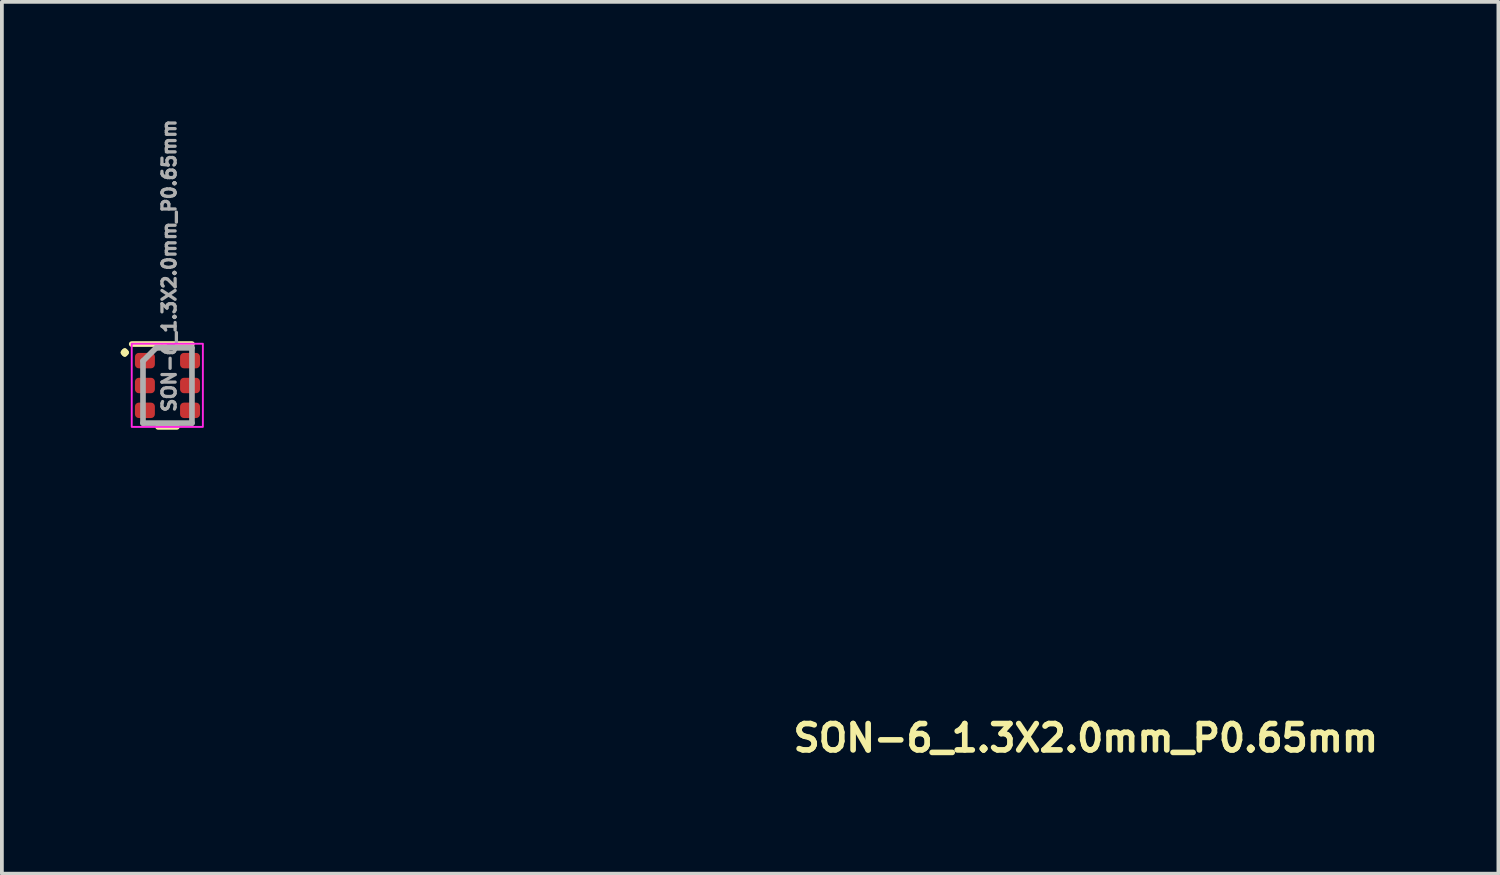
<source format=kicad_pcb>
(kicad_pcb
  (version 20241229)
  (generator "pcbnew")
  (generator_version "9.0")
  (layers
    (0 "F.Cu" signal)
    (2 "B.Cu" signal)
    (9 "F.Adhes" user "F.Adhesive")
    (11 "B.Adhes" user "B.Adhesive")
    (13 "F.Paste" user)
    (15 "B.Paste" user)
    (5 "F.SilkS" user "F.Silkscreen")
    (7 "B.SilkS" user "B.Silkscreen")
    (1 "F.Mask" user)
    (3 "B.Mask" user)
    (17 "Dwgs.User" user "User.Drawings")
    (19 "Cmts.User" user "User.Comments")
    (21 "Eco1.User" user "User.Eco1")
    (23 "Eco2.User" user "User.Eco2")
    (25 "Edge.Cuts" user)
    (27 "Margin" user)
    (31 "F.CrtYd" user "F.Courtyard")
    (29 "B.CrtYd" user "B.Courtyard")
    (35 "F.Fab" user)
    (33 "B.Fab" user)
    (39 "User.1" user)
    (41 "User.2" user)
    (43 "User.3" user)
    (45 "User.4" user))
  (footprint "SON-6_1.3X2.0mm_P0.65mm"
    (layer "F.Cu")
    (at 1.4 7.192)
    (property "Reference" "SON-6_1.3X2.0mm_P0.65mm" (at 16.55 9.775 0) (unlocked yes) (layer "F.SilkS") (effects (font (size 0.7 0.7) (thickness 0.15)) (justify left bottom)))
    (attr smd)
    (fp_line (start -0.25 1.1) (end 0.249 1.1) (stroke (width 0.15) (type solid)) (layer "F.SilkS"))
    (fp_line (start 0.65 -1.101) (end -0.95 -1.101) (stroke (width 0.15) (type solid)) (layer "F.SilkS"))
    (fp_rect (start -0.95 1.1) (end 0.94 -1.11) (stroke (width 0.05) (type solid)) (fill no) (layer "F.CrtYd"))
    (fp_line (start -0.651 -0.651) (end -0.3 -1) (stroke (width 0.15) (type solid)) (layer "F.Fab"))
    (fp_line (start -0.651 0.999) (end -0.651 -0.651) (stroke (width 0.15) (type solid)) (layer "F.Fab"))
    (fp_line (start -0.3 -1) (end 0.65 -1) (stroke (width 0.15) (type solid)) (layer "F.Fab"))
    (fp_line (start 0.65 -1) (end 0.65 0.999) (stroke (width 0.15) (type solid)) (layer "F.Fab"))
    (fp_line (start 0.65 0.999) (end -0.651 0.999) (stroke (width 0.15) (type solid)) (layer "F.Fab"))
    (fp_text user "." (at -1.4 -0.75 0) (unlocked yes) (layer "F.SilkS") (effects (font (size 0.7 0.7) (thickness 0.15)) (justify left bottom)))
    (fp_text user "${REFERENCE}" (at 0.25 0.75 90) (unlocked yes) (layer "F.Fab") (effects (font (size 0.35 0.35) (thickness 0.087)) (justify left bottom)))
    (pad "1" smd roundrect (at -0.6 -0.661 90) (size 0.41 0.53) (layers "F.Cu" "F.Mask" "F.Paste") (roundrect_rratio 0.25))
    (pad "2" smd roundrect (at -0.6 0 90) (size 0.41 0.53) (layers "F.Cu" "F.Mask" "F.Paste") (roundrect_rratio 0.25))
    (pad "3" smd roundrect (at -0.6 0.66 90) (size 0.41 0.53) (layers "F.Cu" "F.Mask" "F.Paste") (roundrect_rratio 0.25))
    (pad "4" smd roundrect (at 0.599 0.66 90) (size 0.41 0.53) (layers "F.Cu" "F.Mask" "F.Paste") (roundrect_rratio 0.25))
    (pad "5" smd roundrect (at 0.599 0 90) (size 0.41 0.53) (layers "F.Cu" "F.Mask" "F.Paste") (roundrect_rratio 0.25))
    (pad "6" smd roundrect (at 0.599 -0.661 90) (size 0.41 0.53) (layers "F.Cu" "F.Mask" "F.Paste") (roundrect_rratio 0.25)))
  (gr_rect
    (start -3 -3)
    (end 36.76 20.163)
    (stroke (width 0.1) (type default))
    (fill no)
    (layer "Edge.Cuts")))
</source>
